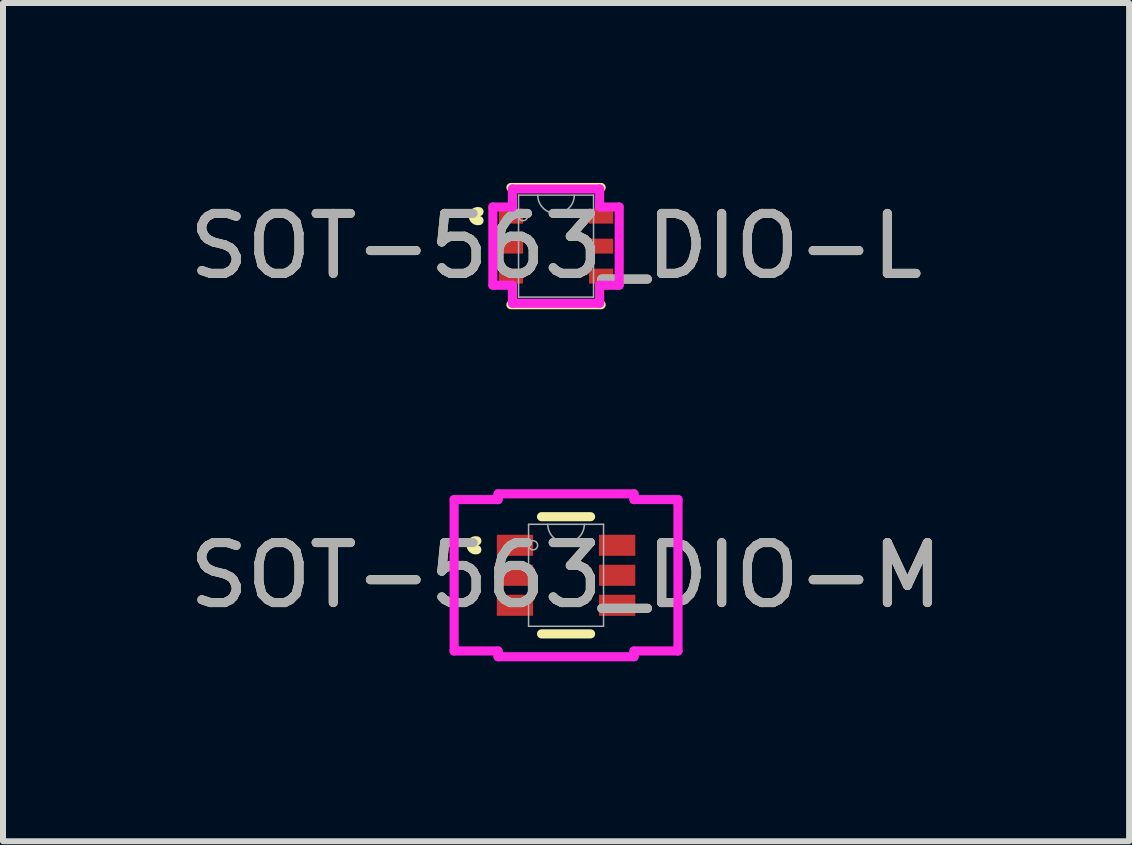
<source format=kicad_pcb>
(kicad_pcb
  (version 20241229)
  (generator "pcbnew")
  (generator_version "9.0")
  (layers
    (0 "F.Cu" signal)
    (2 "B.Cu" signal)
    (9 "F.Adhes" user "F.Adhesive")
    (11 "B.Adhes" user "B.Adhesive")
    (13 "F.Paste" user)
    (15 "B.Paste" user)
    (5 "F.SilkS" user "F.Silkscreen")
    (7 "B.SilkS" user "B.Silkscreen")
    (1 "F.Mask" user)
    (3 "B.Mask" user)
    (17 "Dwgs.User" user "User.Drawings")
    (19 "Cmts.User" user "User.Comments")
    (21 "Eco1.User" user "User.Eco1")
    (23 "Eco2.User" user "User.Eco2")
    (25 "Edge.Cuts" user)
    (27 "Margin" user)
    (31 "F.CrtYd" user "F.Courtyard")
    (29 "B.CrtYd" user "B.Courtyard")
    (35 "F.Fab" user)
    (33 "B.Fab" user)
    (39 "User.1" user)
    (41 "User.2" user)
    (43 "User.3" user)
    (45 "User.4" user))
  (footprint "SOT-563_DIO-M"
    (layer "F.Cu")
    (at 6.387 6.541)
    (property "Reference" "SOT-563_DIO-M" (at 0 0 0) (unlocked yes) (layer "F.SilkS") (effects (font (size 1 1) (thickness 0.15))))
    (attr smd)
    (fp_line (start -0.409 0.977) (end 0.409 0.977) (stroke (width 0.152) (type solid)) (layer "F.SilkS"))
    (fp_line (start 0.409 -0.977) (end -0.409 -0.977) (stroke (width 0.152) (type solid)) (layer "F.SilkS"))
    (fp_arc (start -1.487541 -0.426171) (mid -1.5826 -0.5) (end -1.487541 -0.573829) (stroke (width 0.1524) (type solid)) (layer "F.SilkS"))
    (fp_line (start -1.866 -1.262) (end -1.133 -1.262) (stroke (width 0.152) (type solid)) (layer "F.CrtYd"))
    (fp_line (start -1.866 1.262) (end -1.866 -1.262) (stroke (width 0.152) (type solid)) (layer "F.CrtYd"))
    (fp_line (start -1.133 -1.358) (end 1.133 -1.358) (stroke (width 0.152) (type solid)) (layer "F.CrtYd"))
    (fp_line (start -1.133 -1.262) (end -1.133 -1.358) (stroke (width 0.152) (type solid)) (layer "F.CrtYd"))
    (fp_line (start -1.133 1.262) (end -1.866 1.262) (stroke (width 0.152) (type solid)) (layer "F.CrtYd"))
    (fp_line (start -1.133 1.358) (end -1.133 1.262) (stroke (width 0.152) (type solid)) (layer "F.CrtYd"))
    (fp_line (start 1.133 -1.358) (end 1.133 -1.262) (stroke (width 0.152) (type solid)) (layer "F.CrtYd"))
    (fp_line (start 1.133 -1.262) (end 1.866 -1.262) (stroke (width 0.152) (type solid)) (layer "F.CrtYd"))
    (fp_line (start 1.133 1.262) (end 1.133 1.358) (stroke (width 0.152) (type solid)) (layer "F.CrtYd"))
    (fp_line (start 1.133 1.358) (end -1.133 1.358) (stroke (width 0.152) (type solid)) (layer "F.CrtYd"))
    (fp_line (start 1.866 -1.262) (end 1.866 1.262) (stroke (width 0.152) (type solid)) (layer "F.CrtYd"))
    (fp_line (start 1.866 1.262) (end 1.133 1.262) (stroke (width 0.152) (type solid)) (layer "F.CrtYd"))
    (fp_line (start -0.625 -0.85) (end -0.625 0.85) (stroke (width 0.025) (type solid)) (layer "F.Fab"))
    (fp_line (start -0.625 0.85) (end 0.625 0.85) (stroke (width 0.025) (type solid)) (layer "F.Fab"))
    (fp_line (start 0.625 -0.85) (end -0.625 -0.85) (stroke (width 0.025) (type solid)) (layer "F.Fab"))
    (fp_line (start 0.625 0.85) (end 0.625 -0.85) (stroke (width 0.025) (type solid)) (layer "F.Fab"))
    (fp_arc (start 0.3048 -0.85) (mid 0 -0.5452) (end -0.3048 -0.85) (stroke (width 0.0254) (type solid)) (layer "F.Fab"))
    (fp_circle (center -0.55 -0.5) (end -0.474 -0.5) (stroke (width 0.025) (type solid)) (fill no) (layer "F.Fab"))
    (fp_text user "${REFERENCE}" (at 0 0 0) (unlocked yes) (layer "F.Fab") (effects (font (size 1 1) (thickness 0.15))))
    (pad "1" smd rect (at -0.852 -0.5) (size 0.605 0.351) (layers "F.Cu" "F.Mask" "F.Paste"))
    (pad "2" smd rect (at -0.852 0) (size 0.605 0.351) (layers "F.Cu" "F.Mask" "F.Paste"))
    (pad "3" smd rect (at -0.852 0.5) (size 0.605 0.351) (layers "F.Cu" "F.Mask" "F.Paste"))
    (pad "4" smd rect (at 0.852 0.5) (size 0.605 0.351) (layers "F.Cu" "F.Mask" "F.Paste"))
    (pad "5" smd rect (at 0.852 0) (size 0.605 0.351) (layers "F.Cu" "F.Mask" "F.Paste"))
    (pad "6" smd rect (at 0.852 -0.5) (size 0.605 0.351) (layers "F.Cu" "F.Mask" "F.Paste")))
  (footprint "SOT-563_DIO-L"
    (layer "F.Cu")
    (at 6.22 1.053)
    (property "Reference" "SOT-563_DIO-L" (at 0 0 0) (unlocked yes) (layer "F.SilkS") (effects (font (size 1 1) (thickness 0.15))))
    (attr smd)
    (fp_line (start -0.752 0.977) (end 0.752 0.977) (stroke (width 0.152) (type solid)) (layer "F.SilkS"))
    (fp_line (start 0.752 -0.977) (end -0.752 -0.977) (stroke (width 0.152) (type solid)) (layer "F.SilkS"))
    (fp_arc (start -1.284341 -0.426171) (mid -1.3794 -0.5) (end -1.284341 -0.573829) (stroke (width 0.1524) (type solid)) (layer "F.SilkS"))
    (fp_line (start -1.053 -0.652) (end -0.727 -0.652) (stroke (width 0.152) (type solid)) (layer "F.CrtYd"))
    (fp_line (start -1.053 0.652) (end -1.053 -0.652) (stroke (width 0.152) (type solid)) (layer "F.CrtYd"))
    (fp_line (start -0.727 -0.952) (end 0.727 -0.952) (stroke (width 0.152) (type solid)) (layer "F.CrtYd"))
    (fp_line (start -0.727 -0.652) (end -0.727 -0.952) (stroke (width 0.152) (type solid)) (layer "F.CrtYd"))
    (fp_line (start -0.727 0.652) (end -1.053 0.652) (stroke (width 0.152) (type solid)) (layer "F.CrtYd"))
    (fp_line (start -0.727 0.952) (end -0.727 0.652) (stroke (width 0.152) (type solid)) (layer "F.CrtYd"))
    (fp_line (start 0.727 -0.952) (end 0.727 -0.652) (stroke (width 0.152) (type solid)) (layer "F.CrtYd"))
    (fp_line (start 0.727 -0.652) (end 1.053 -0.652) (stroke (width 0.152) (type solid)) (layer "F.CrtYd"))
    (fp_line (start 0.727 0.652) (end 0.727 0.952) (stroke (width 0.152) (type solid)) (layer "F.CrtYd"))
    (fp_line (start 0.727 0.952) (end -0.727 0.952) (stroke (width 0.152) (type solid)) (layer "F.CrtYd"))
    (fp_line (start 1.053 -0.652) (end 1.053 0.652) (stroke (width 0.152) (type solid)) (layer "F.CrtYd"))
    (fp_line (start 1.053 0.652) (end 0.727 0.652) (stroke (width 0.152) (type solid)) (layer "F.CrtYd"))
    (fp_line (start -0.625 -0.85) (end -0.625 0.85) (stroke (width 0.025) (type solid)) (layer "F.Fab"))
    (fp_line (start -0.625 0.85) (end 0.625 0.85) (stroke (width 0.025) (type solid)) (layer "F.Fab"))
    (fp_line (start 0.625 -0.85) (end -0.625 -0.85) (stroke (width 0.025) (type solid)) (layer "F.Fab"))
    (fp_line (start 0.625 0.85) (end 0.625 -0.85) (stroke (width 0.025) (type solid)) (layer "F.Fab"))
    (fp_arc (start 0.3048 -0.85) (mid 0 -0.5452) (end -0.3048 -0.85) (stroke (width 0.0254) (type solid)) (layer "F.Fab"))
    (fp_circle (center -0.55 -0.5) (end -0.474 -0.5) (stroke (width 0.025) (type solid)) (fill no) (layer "F.Fab"))
    (fp_text user "${REFERENCE}" (at 0 0 0) (unlocked yes) (layer "F.Fab") (effects (font (size 1 1) (thickness 0.15))))
    (pad "1" smd rect (at -0.751 -0.5) (size 0.402 0.249) (layers "F.Cu" "F.Mask" "F.Paste"))
    (pad "2" smd rect (at -0.751 0) (size 0.402 0.249) (layers "F.Cu" "F.Mask" "F.Paste"))
    (pad "3" smd rect (at -0.751 0.5) (size 0.402 0.249) (layers "F.Cu" "F.Mask" "F.Paste"))
    (pad "4" smd rect (at 0.751 0.5) (size 0.402 0.249) (layers "F.Cu" "F.Mask" "F.Paste"))
    (pad "5" smd rect (at 0.751 0) (size 0.402 0.249) (layers "F.Cu" "F.Mask" "F.Paste"))
    (pad "6" smd rect (at 0.751 -0.5) (size 0.402 0.249) (layers "F.Cu" "F.Mask" "F.Paste")))
  (gr_rect
    (start -3 -3)
    (end 15.774 10.975)
    (stroke (width 0.1) (type default))
    (fill no)
    (layer "Edge.Cuts")))
</source>
